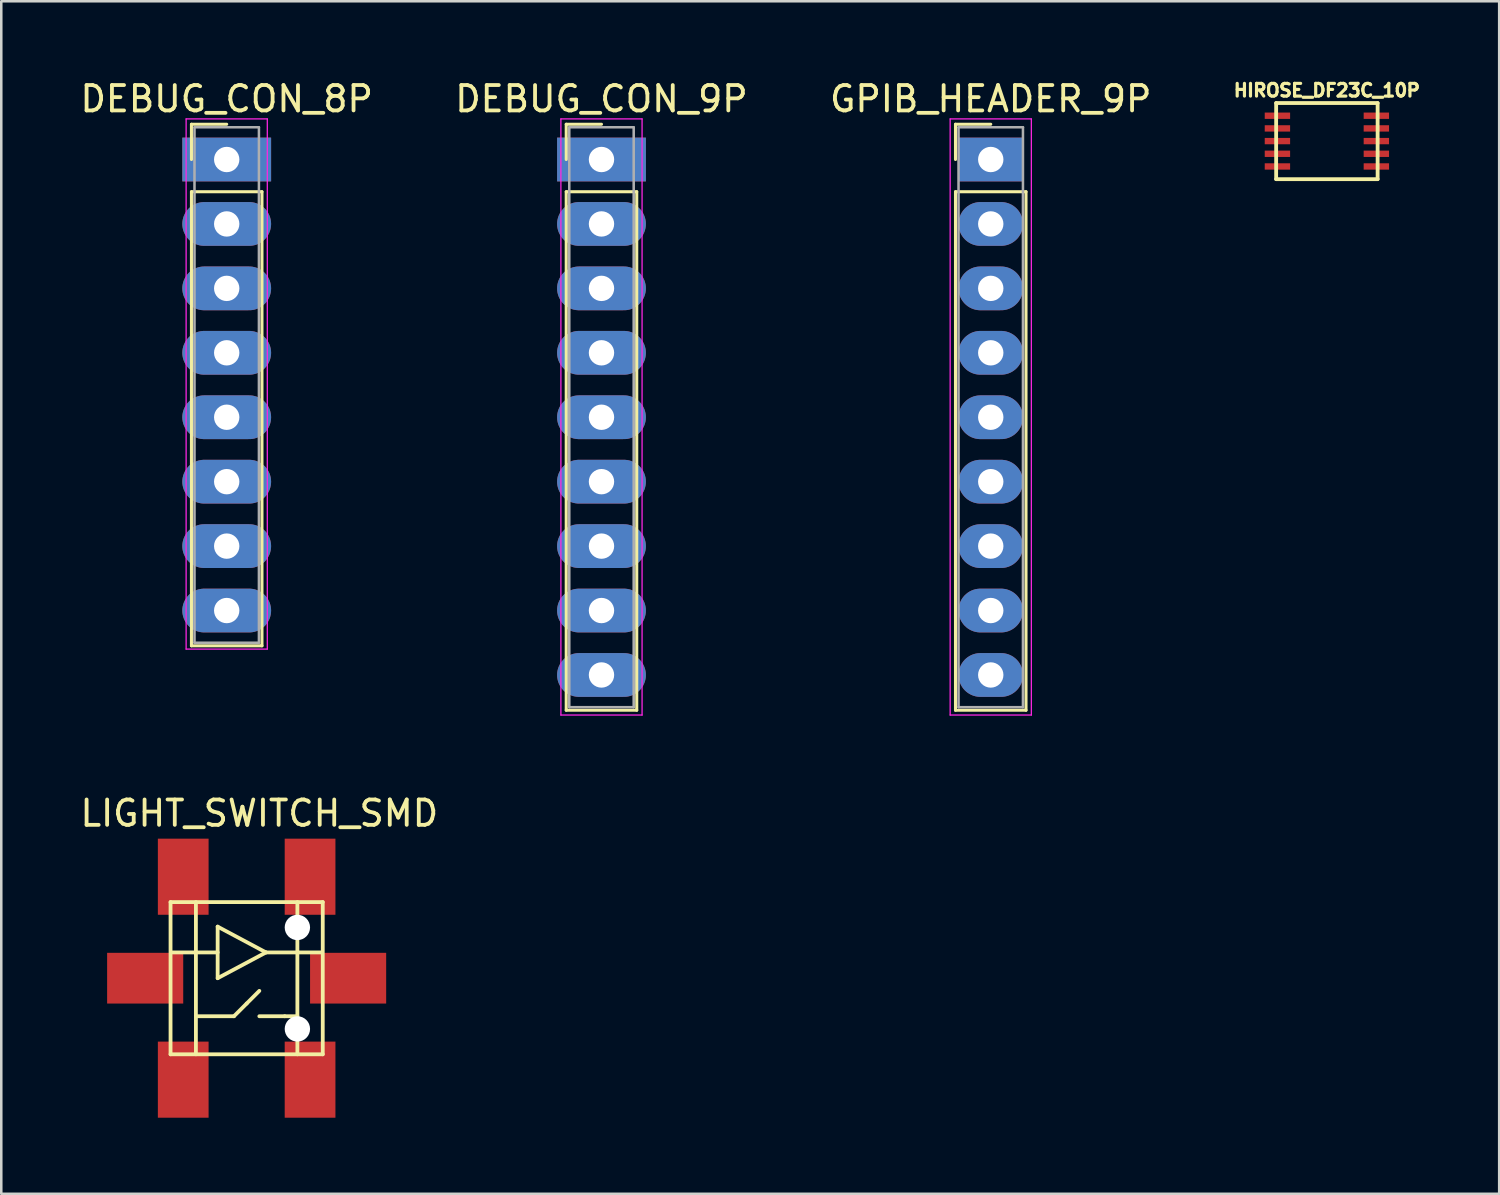
<source format=kicad_pcb>
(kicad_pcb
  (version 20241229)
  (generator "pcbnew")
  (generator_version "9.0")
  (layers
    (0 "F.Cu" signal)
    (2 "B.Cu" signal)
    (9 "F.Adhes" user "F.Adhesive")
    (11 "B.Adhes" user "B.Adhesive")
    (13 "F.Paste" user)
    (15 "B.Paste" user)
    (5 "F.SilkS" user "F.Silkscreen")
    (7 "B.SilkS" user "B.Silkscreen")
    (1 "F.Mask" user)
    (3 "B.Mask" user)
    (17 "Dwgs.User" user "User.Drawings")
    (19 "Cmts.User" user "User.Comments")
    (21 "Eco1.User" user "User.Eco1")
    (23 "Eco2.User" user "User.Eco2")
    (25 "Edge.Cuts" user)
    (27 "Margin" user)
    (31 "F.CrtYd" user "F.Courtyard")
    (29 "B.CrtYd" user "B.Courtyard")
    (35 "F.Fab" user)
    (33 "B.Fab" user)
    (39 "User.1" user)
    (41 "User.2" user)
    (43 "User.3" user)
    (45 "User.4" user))
  (footprint "DEBUG_CON_9P"
    (layer "F.Cu")
    (at 20.661 3.238)
    (property "Reference" "DEBUG_CON_9P" (at 0 -2.39 0) (layer "F.SilkS") (effects (font (size 1 1) (thickness 0.15))))
    (attr through_hole)
    (fp_line (start -1.39 -1.39) (end 0 -1.39) (stroke (width 0.12) (type solid)) (layer "F.SilkS"))
    (fp_line (start -1.39 0) (end -1.39 -1.39) (stroke (width 0.12) (type solid)) (layer "F.SilkS"))
    (fp_line (start -1.39 1.27) (end -1.39 21.71) (stroke (width 0.12) (type solid)) (layer "F.SilkS"))
    (fp_line (start -1.39 21.71) (end 1.39 21.71) (stroke (width 0.12) (type solid)) (layer "F.SilkS"))
    (fp_line (start 1.39 1.27) (end -1.39 1.27) (stroke (width 0.12) (type solid)) (layer "F.SilkS"))
    (fp_line (start 1.39 21.71) (end 1.39 1.27) (stroke (width 0.12) (type solid)) (layer "F.SilkS"))
    (fp_line (start -1.6 -1.6) (end -1.6 21.9) (stroke (width 0.05) (type solid)) (layer "F.CrtYd"))
    (fp_line (start -1.6 21.9) (end 1.6 21.9) (stroke (width 0.05) (type solid)) (layer "F.CrtYd"))
    (fp_line (start 1.6 -1.6) (end -1.6 -1.6) (stroke (width 0.05) (type solid)) (layer "F.CrtYd"))
    (fp_line (start 1.6 21.9) (end 1.6 -1.6) (stroke (width 0.05) (type solid)) (layer "F.CrtYd"))
    (fp_line (start -1.27 -1.27) (end -1.27 21.59) (stroke (width 0.1) (type solid)) (layer "F.Fab"))
    (fp_line (start -1.27 21.59) (end 1.27 21.59) (stroke (width 0.1) (type solid)) (layer "F.Fab"))
    (fp_line (start 1.27 -1.27) (end -1.27 -1.27) (stroke (width 0.1) (type solid)) (layer "F.Fab"))
    (fp_line (start 1.27 21.59) (end 1.27 -1.27) (stroke (width 0.1) (type solid)) (layer "F.Fab"))
    (pad "1" thru_hole rect (at 0 0) (size 3.5 1.725) (drill 1) (layers "*.Cu" "*.Mask"))
    (pad "2" thru_hole oval (at 0 2.54) (size 3.5 1.725) (drill 1) (layers "*.Cu" "*.Mask"))
    (pad "3" thru_hole oval (at 0 5.08) (size 3.5 1.725) (drill 1) (layers "*.Cu" "*.Mask"))
    (pad "4" thru_hole oval (at 0 7.62) (size 3.5 1.725) (drill 1) (layers "*.Cu" "*.Mask"))
    (pad "5" thru_hole oval (at 0 10.16) (size 3.5 1.725) (drill 1) (layers "*.Cu" "*.Mask"))
    (pad "6" thru_hole oval (at 0 12.7) (size 3.5 1.725) (drill 1) (layers "*.Cu" "*.Mask"))
    (pad "7" thru_hole oval (at 0 15.24) (size 3.5 1.725) (drill 1) (layers "*.Cu" "*.Mask"))
    (pad "8" thru_hole oval (at 0 17.78) (size 3.5 1.725) (drill 1) (layers "*.Cu" "*.Mask"))
    (pad "9" thru_hole oval (at 0 20.32) (size 3.5 1.725) (drill 1) (layers "*.Cu" "*.Mask")))
  (footprint "GPIB_HEADER_9P"
    (layer "F.Cu")
    (at 36.006 3.238)
    (property "Reference" "GPIB_HEADER_9P" (at 0 -2.39 0) (layer "F.SilkS") (effects (font (size 1 1) (thickness 0.15))))
    (attr through_hole)
    (fp_line (start -1.39 -1.39) (end 0 -1.39) (stroke (width 0.12) (type solid)) (layer "F.SilkS"))
    (fp_line (start -1.39 0) (end -1.39 -1.39) (stroke (width 0.12) (type solid)) (layer "F.SilkS"))
    (fp_line (start -1.39 1.27) (end -1.39 21.71) (stroke (width 0.12) (type solid)) (layer "F.SilkS"))
    (fp_line (start -1.39 21.71) (end 1.39 21.71) (stroke (width 0.12) (type solid)) (layer "F.SilkS"))
    (fp_line (start 1.39 1.27) (end -1.39 1.27) (stroke (width 0.12) (type solid)) (layer "F.SilkS"))
    (fp_line (start 1.39 21.71) (end 1.39 1.27) (stroke (width 0.12) (type solid)) (layer "F.SilkS"))
    (fp_line (start -1.6 -1.6) (end -1.6 21.9) (stroke (width 0.05) (type solid)) (layer "F.CrtYd"))
    (fp_line (start -1.6 21.9) (end 1.6 21.9) (stroke (width 0.05) (type solid)) (layer "F.CrtYd"))
    (fp_line (start 1.6 -1.6) (end -1.6 -1.6) (stroke (width 0.05) (type solid)) (layer "F.CrtYd"))
    (fp_line (start 1.6 21.9) (end 1.6 -1.6) (stroke (width 0.05) (type solid)) (layer "F.CrtYd"))
    (fp_line (start -1.27 -1.27) (end -1.27 21.59) (stroke (width 0.1) (type solid)) (layer "F.Fab"))
    (fp_line (start -1.27 21.59) (end 1.27 21.59) (stroke (width 0.1) (type solid)) (layer "F.Fab"))
    (fp_line (start 1.27 -1.27) (end -1.27 -1.27) (stroke (width 0.1) (type solid)) (layer "F.Fab"))
    (fp_line (start 1.27 21.59) (end 1.27 -1.27) (stroke (width 0.1) (type solid)) (layer "F.Fab"))
    (pad "1" thru_hole rect (at 0 0) (size 2.54 1.725) (drill 1) (layers "*.Cu" "*.Mask"))
    (pad "2" thru_hole oval (at 0 2.54) (size 2.54 1.725) (drill 1) (layers "*.Cu" "*.Mask"))
    (pad "3" thru_hole oval (at 0 5.08) (size 2.54 1.725) (drill 1) (layers "*.Cu" "*.Mask"))
    (pad "4" thru_hole oval (at 0 7.62) (size 2.54 1.725) (drill 1) (layers "*.Cu" "*.Mask"))
    (pad "5" thru_hole oval (at 0 10.16) (size 2.54 1.725) (drill 1) (layers "*.Cu" "*.Mask"))
    (pad "6" thru_hole oval (at 0 12.7) (size 2.54 1.725) (drill 1) (layers "*.Cu" "*.Mask"))
    (pad "7" thru_hole oval (at 0 15.24) (size 2.54 1.725) (drill 1) (layers "*.Cu" "*.Mask"))
    (pad "8" thru_hole oval (at 0 17.78) (size 2.54 1.725) (drill 1) (layers "*.Cu" "*.Mask"))
    (pad "9" thru_hole oval (at 0 20.32) (size 2.54 1.725) (drill 1) (layers "*.Cu" "*.Mask")))
  (footprint "HIROSE_DF23C_10P"
    (layer "F.Cu")
    (at 49.257 2.512)
    (property "Reference" "HIROSE_DF23C_10P" (at 0 -2 0) (layer "F.SilkS") (effects (font (size 0.5 0.5) (thickness 0.125))))
    (attr through_hole)
    (fp_line (start -2 -1.5) (end 2 -1.5) (stroke (width 0.15) (type solid)) (layer "F.SilkS"))
    (fp_line (start -2 1.5) (end -2 -1.5) (stroke (width 0.15) (type solid)) (layer "F.SilkS"))
    (fp_line (start 2 -1.5) (end 2 1.5) (stroke (width 0.15) (type solid)) (layer "F.SilkS"))
    (fp_line (start 2 1.5) (end -2 1.5) (stroke (width 0.15) (type solid)) (layer "F.SilkS"))
    (pad "1" smd rect (at -1.95 -1 270) (size 0.25 1) (layers "F.Cu" "F.Mask" "F.Paste"))
    (pad "2" smd rect (at -1.95 -0.5 270) (size 0.25 1) (layers "F.Cu" "F.Mask" "F.Paste"))
    (pad "3" smd rect (at -1.95 0 270) (size 0.25 1) (layers "F.Cu" "F.Mask" "F.Paste"))
    (pad "4" smd rect (at -1.95 0.5 270) (size 0.25 1) (layers "F.Cu" "F.Mask" "F.Paste"))
    (pad "5" smd rect (at -1.95 1 270) (size 0.25 1) (layers "F.Cu" "F.Mask" "F.Paste"))
    (pad "6" smd rect (at 1.95 1 270) (size 0.25 1) (layers "F.Cu" "F.Mask" "F.Paste"))
    (pad "7" smd rect (at 1.95 0.5 270) (size 0.25 1) (layers "F.Cu" "F.Mask" "F.Paste"))
    (pad "8" smd rect (at 1.95 0 270) (size 0.25 1) (layers "F.Cu" "F.Mask" "F.Paste"))
    (pad "9" smd rect (at 1.95 -0.5 270) (size 0.25 1) (layers "F.Cu" "F.Mask" "F.Paste"))
    (pad "10" smd rect (at 1.95 -1 270) (size 0.25 1) (layers "F.Cu" "F.Mask" "F.Paste")))
  (footprint "LIGHT_SWITCH_SMD"
    (layer "F.Cu")
    (at 6.673 35.511)
    (property "Reference" "LIGHT_SWITCH_SMD" (at 0.5 -6.5 0) (layer "F.SilkS") (effects (font (size 1 1) (thickness 0.15))))
    (attr through_hole)
    (fp_line (start -3 -3) (end 3 -3) (stroke (width 0.15) (type solid)) (layer "F.SilkS"))
    (fp_line (start -3 3) (end -3 -3) (stroke (width 0.15) (type solid)) (layer "F.SilkS"))
    (fp_line (start -2 -3) (end -2 3) (stroke (width 0.15) (type solid)) (layer "F.SilkS"))
    (fp_line (start -2 1.5) (end -0.5 1.5) (stroke (width 0.15) (type solid)) (layer "F.SilkS"))
    (fp_line (start -1.143 -2.032) (end 0.762 -1.016) (stroke (width 0.15) (type solid)) (layer "F.SilkS"))
    (fp_line (start -1.143 -1.016) (end -2.921 -1.016) (stroke (width 0.15) (type solid)) (layer "F.SilkS"))
    (fp_line (start -1.143 0) (end -1.143 -2.032) (stroke (width 0.15) (type solid)) (layer "F.SilkS"))
    (fp_line (start -0.5 1.5) (end 0 1) (stroke (width 0.15) (type solid)) (layer "F.SilkS"))
    (fp_line (start 0 1) (end 0.5 0.5) (stroke (width 0.15) (type solid)) (layer "F.SilkS"))
    (fp_line (start 0.762 -1.016) (end -1.143 0) (stroke (width 0.15) (type solid)) (layer "F.SilkS"))
    (fp_line (start 0.762 -1.016) (end 2.921 -1.016) (stroke (width 0.15) (type solid)) (layer "F.SilkS"))
    (fp_line (start 1.5 1.5) (end 0.5 1.5) (stroke (width 0.15) (type solid)) (layer "F.SilkS"))
    (fp_line (start 1.5 1.5) (end 2 1.5) (stroke (width 0.15) (type solid)) (layer "F.SilkS"))
    (fp_line (start 2 -3) (end 2 3) (stroke (width 0.15) (type solid)) (layer "F.SilkS"))
    (fp_line (start 3 -3) (end 3 3) (stroke (width 0.15) (type solid)) (layer "F.SilkS"))
    (fp_line (start 3 3) (end -3 3) (stroke (width 0.15) (type solid)) (layer "F.SilkS"))
    (pad "" np_thru_hole circle (at 2 -2) (size 1 1) (drill oval 1) (layers "*.Cu" "*.Mask"))
    (pad "" np_thru_hole circle (at 2 2) (size 1 1) (drill oval 1) (layers "*.Cu" "*.Mask"))
    (pad "7" smd rect (at -2.5 -4) (size 2 3) (layers "F.Cu" "F.Mask" "F.Paste"))
    (pad "8" smd rect (at 2.5 -4) (size 2 3) (layers "F.Cu" "F.Mask" "F.Paste"))
    (pad "9" smd rect (at -2.5 4) (size 2 3) (layers "F.Cu" "F.Mask" "F.Paste"))
    (pad "10" smd rect (at -4 0) (size 3 2) (layers "F.Cu" "F.Mask" "F.Paste"))
    (pad "10" smd rect (at 2.5 4) (size 2 3) (layers "F.Cu" "F.Mask" "F.Paste"))
    (pad "11" smd rect (at 4 0) (size 3 2) (layers "F.Cu" "F.Mask" "F.Paste")))
  (footprint "DEBUG_CON_8P"
    (layer "F.Cu")
    (at 5.887 3.238)
    (property "Reference" "DEBUG_CON_8P" (at 0 -2.39 0) (layer "F.SilkS") (effects (font (size 1 1) (thickness 0.15))))
    (attr through_hole)
    (fp_line (start -1.39 -1.39) (end 0 -1.39) (stroke (width 0.12) (type solid)) (layer "F.SilkS"))
    (fp_line (start -1.39 0) (end -1.39 -1.39) (stroke (width 0.12) (type solid)) (layer "F.SilkS"))
    (fp_line (start -1.39 1.27) (end -1.39 19.17) (stroke (width 0.12) (type solid)) (layer "F.SilkS"))
    (fp_line (start -1.39 19.17) (end 1.39 19.17) (stroke (width 0.12) (type solid)) (layer "F.SilkS"))
    (fp_line (start 1.39 1.27) (end -1.39 1.27) (stroke (width 0.12) (type solid)) (layer "F.SilkS"))
    (fp_line (start 1.39 19.17) (end 1.39 1.27) (stroke (width 0.12) (type solid)) (layer "F.SilkS"))
    (fp_line (start -1.6 -1.6) (end -1.6 19.3) (stroke (width 0.05) (type solid)) (layer "F.CrtYd"))
    (fp_line (start -1.6 19.3) (end 1.6 19.3) (stroke (width 0.05) (type solid)) (layer "F.CrtYd"))
    (fp_line (start 1.6 -1.6) (end -1.6 -1.6) (stroke (width 0.05) (type solid)) (layer "F.CrtYd"))
    (fp_line (start 1.6 19.3) (end 1.6 -1.6) (stroke (width 0.05) (type solid)) (layer "F.CrtYd"))
    (fp_line (start -1.27 -1.27) (end -1.27 19.05) (stroke (width 0.1) (type solid)) (layer "F.Fab"))
    (fp_line (start -1.27 19.05) (end 1.27 19.05) (stroke (width 0.1) (type solid)) (layer "F.Fab"))
    (fp_line (start 1.27 -1.27) (end -1.27 -1.27) (stroke (width 0.1) (type solid)) (layer "F.Fab"))
    (fp_line (start 1.27 19.05) (end 1.27 -1.27) (stroke (width 0.1) (type solid)) (layer "F.Fab"))
    (pad "1" thru_hole rect (at 0 0) (size 3.5 1.725) (drill 1) (layers "*.Cu" "*.Mask"))
    (pad "2" thru_hole oval (at 0 2.54) (size 3.5 1.725) (drill 1) (layers "*.Cu" "*.Mask"))
    (pad "3" thru_hole oval (at 0 5.08) (size 3.5 1.725) (drill 1) (layers "*.Cu" "*.Mask"))
    (pad "4" thru_hole oval (at 0 7.62) (size 3.5 1.725) (drill 1) (layers "*.Cu" "*.Mask"))
    (pad "5" thru_hole oval (at 0 10.16) (size 3.5 1.725) (drill 1) (layers "*.Cu" "*.Mask"))
    (pad "6" thru_hole oval (at 0 12.7) (size 3.5 1.725) (drill 1) (layers "*.Cu" "*.Mask"))
    (pad "7" thru_hole oval (at 0 15.24) (size 3.5 1.725) (drill 1) (layers "*.Cu" "*.Mask"))
    (pad "8" thru_hole oval (at 0 17.78) (size 3.5 1.725) (drill 1) (layers "*.Cu" "*.Mask")))
  (gr_rect
    (start -3 -3)
    (end 56.049 44.011)
    (stroke (width 0.1) (type default))
    (fill no)
    (layer "Edge.Cuts")))
</source>
